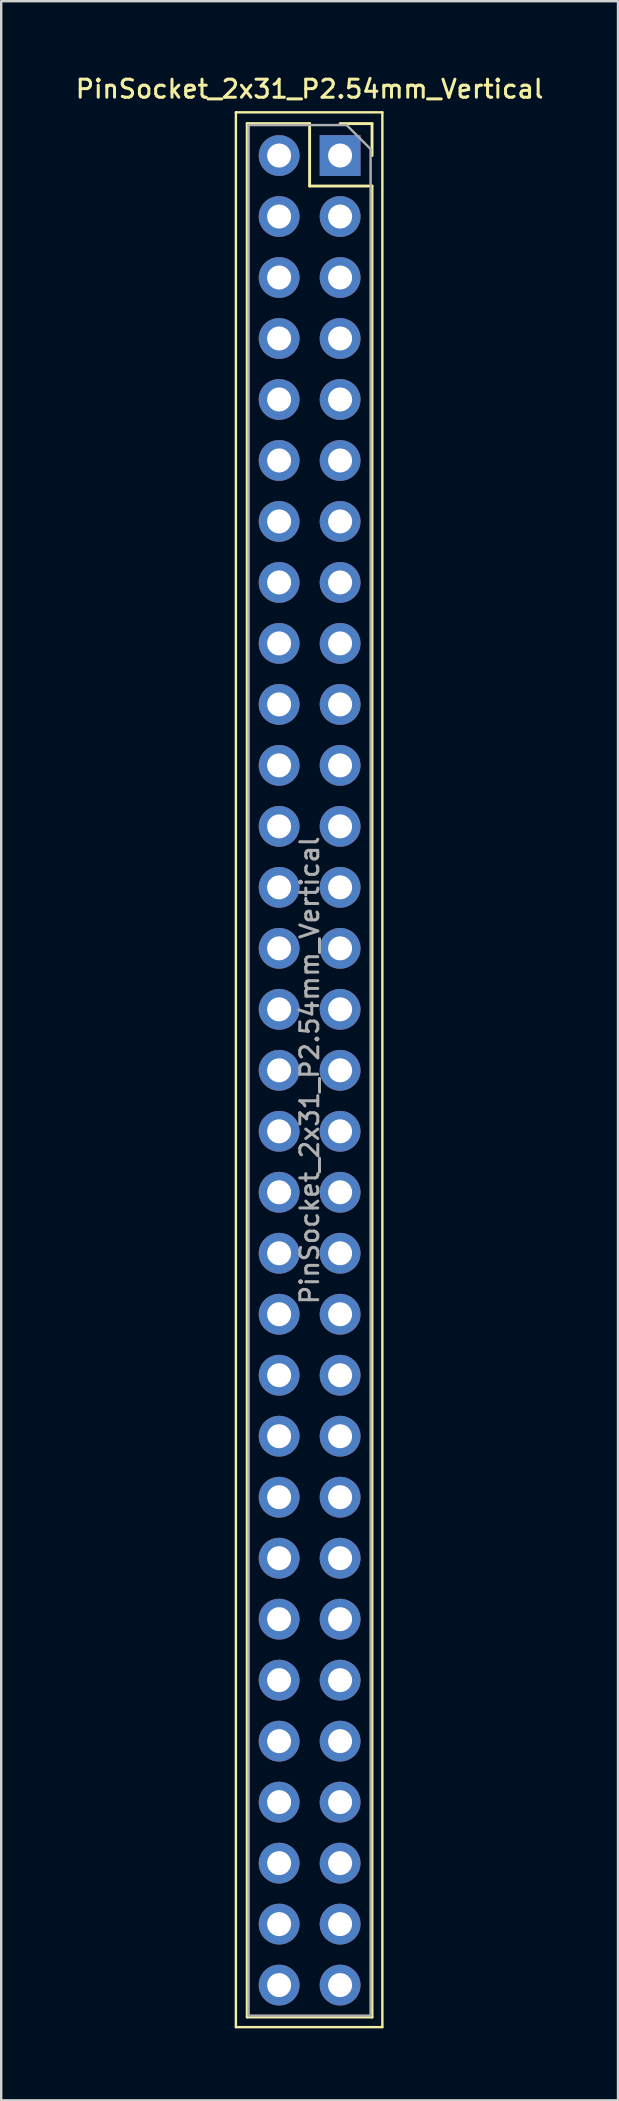
<source format=kicad_pcb>
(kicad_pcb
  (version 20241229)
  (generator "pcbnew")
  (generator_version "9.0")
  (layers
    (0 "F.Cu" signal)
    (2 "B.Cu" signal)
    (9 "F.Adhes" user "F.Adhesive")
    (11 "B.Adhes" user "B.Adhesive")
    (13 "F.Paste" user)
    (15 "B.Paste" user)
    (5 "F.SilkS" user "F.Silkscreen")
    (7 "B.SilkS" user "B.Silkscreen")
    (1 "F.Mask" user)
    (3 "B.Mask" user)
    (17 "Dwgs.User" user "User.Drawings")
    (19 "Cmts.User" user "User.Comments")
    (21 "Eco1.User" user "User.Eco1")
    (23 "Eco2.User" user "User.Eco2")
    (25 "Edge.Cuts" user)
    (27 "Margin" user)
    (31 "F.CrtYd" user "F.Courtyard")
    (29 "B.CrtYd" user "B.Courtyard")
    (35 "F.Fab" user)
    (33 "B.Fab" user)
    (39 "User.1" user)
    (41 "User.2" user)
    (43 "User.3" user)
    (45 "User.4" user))
  (footprint "PinSocket_2x31_P2.54mm_Vertical"
    (layer "F.Cu")
    (at 11.115 3.428)
    (property "Reference" "PinSocket_2x31_P2.54mm_Vertical" (at -1.27 -2.77 0) (layer "F.SilkS") (effects (font (size 0.75 0.75) (thickness 0.125))))
    (attr through_hole)
    (fp_line (start -4.34 -1.8) (end 1.76 -1.8) (stroke (width 0.1) (type solid)) (layer "F.SilkS"))
    (fp_line (start -4.34 77.95) (end -4.34 -1.8) (stroke (width 0.1) (type solid)) (layer "F.SilkS"))
    (fp_line (start -3.87 -1.33) (end -3.87 77.53) (stroke (width 0.12) (type solid)) (layer "F.SilkS"))
    (fp_line (start -3.87 -1.33) (end -1.27 -1.33) (stroke (width 0.12) (type solid)) (layer "F.SilkS"))
    (fp_line (start -3.87 77.53) (end 1.33 77.53) (stroke (width 0.12) (type solid)) (layer "F.SilkS"))
    (fp_line (start -1.27 -1.33) (end -1.27 1.27) (stroke (width 0.12) (type solid)) (layer "F.SilkS"))
    (fp_line (start -1.27 1.27) (end 1.33 1.27) (stroke (width 0.12) (type solid)) (layer "F.SilkS"))
    (fp_line (start 0 -1.33) (end 1.33 -1.33) (stroke (width 0.12) (type solid)) (layer "F.SilkS"))
    (fp_line (start 1.33 -1.33) (end 1.33 0) (stroke (width 0.12) (type solid)) (layer "F.SilkS"))
    (fp_line (start 1.33 1.27) (end 1.33 77.53) (stroke (width 0.12) (type solid)) (layer "F.SilkS"))
    (fp_line (start 1.76 -1.8) (end 1.76 77.95) (stroke (width 0.1) (type solid)) (layer "F.SilkS"))
    (fp_line (start 1.76 77.95) (end -4.34 77.95) (stroke (width 0.1) (type solid)) (layer "F.SilkS"))
    (fp_line (start -3.81 -1.27) (end 0.27 -1.27) (stroke (width 0.1) (type solid)) (layer "F.Fab"))
    (fp_line (start -3.81 77.47) (end -3.81 -1.27) (stroke (width 0.1) (type solid)) (layer "F.Fab"))
    (fp_line (start 0.27 -1.27) (end 1.27 -0.27) (stroke (width 0.1) (type solid)) (layer "F.Fab"))
    (fp_line (start 1.27 -0.27) (end 1.27 77.47) (stroke (width 0.1) (type solid)) (layer "F.Fab"))
    (fp_line (start 1.27 77.47) (end -3.81 77.47) (stroke (width 0.1) (type solid)) (layer "F.Fab"))
    (fp_text user "${REFERENCE}" (at -1.27 38.1 90) (layer "F.Fab") (effects (font (size 0.75 0.75) (thickness 0.125))))
    (pad "1" thru_hole rect (at 0 0) (size 1.7 1.7) (drill 1) (layers "*.Cu" "*.Mask"))
    (pad "2" thru_hole oval (at -2.54 0) (size 1.7 1.7) (drill 1) (layers "*.Cu" "*.Mask"))
    (pad "3" thru_hole oval (at 0 2.54) (size 1.7 1.7) (drill 1) (layers "*.Cu" "*.Mask"))
    (pad "4" thru_hole oval (at -2.54 2.54) (size 1.7 1.7) (drill 1) (layers "*.Cu" "*.Mask"))
    (pad "5" thru_hole oval (at 0 5.08) (size 1.7 1.7) (drill 1) (layers "*.Cu" "*.Mask"))
    (pad "6" thru_hole oval (at -2.54 5.08) (size 1.7 1.7) (drill 1) (layers "*.Cu" "*.Mask"))
    (pad "7" thru_hole oval (at 0 7.62) (size 1.7 1.7) (drill 1) (layers "*.Cu" "*.Mask"))
    (pad "8" thru_hole oval (at -2.54 7.62) (size 1.7 1.7) (drill 1) (layers "*.Cu" "*.Mask"))
    (pad "9" thru_hole oval (at 0 10.16) (size 1.7 1.7) (drill 1) (layers "*.Cu" "*.Mask"))
    (pad "10" thru_hole oval (at -2.54 10.16) (size 1.7 1.7) (drill 1) (layers "*.Cu" "*.Mask"))
    (pad "11" thru_hole oval (at 0 12.7) (size 1.7 1.7) (drill 1) (layers "*.Cu" "*.Mask"))
    (pad "12" thru_hole oval (at -2.54 12.7) (size 1.7 1.7) (drill 1) (layers "*.Cu" "*.Mask"))
    (pad "13" thru_hole oval (at 0 15.24) (size 1.7 1.7) (drill 1) (layers "*.Cu" "*.Mask"))
    (pad "14" thru_hole oval (at -2.54 15.24) (size 1.7 1.7) (drill 1) (layers "*.Cu" "*.Mask"))
    (pad "15" thru_hole oval (at 0 17.78) (size 1.7 1.7) (drill 1) (layers "*.Cu" "*.Mask"))
    (pad "16" thru_hole oval (at -2.54 17.78) (size 1.7 1.7) (drill 1) (layers "*.Cu" "*.Mask"))
    (pad "17" thru_hole oval (at 0 20.32) (size 1.7 1.7) (drill 1) (layers "*.Cu" "*.Mask"))
    (pad "18" thru_hole oval (at -2.54 20.32) (size 1.7 1.7) (drill 1) (layers "*.Cu" "*.Mask"))
    (pad "19" thru_hole oval (at 0 22.86) (size 1.7 1.7) (drill 1) (layers "*.Cu" "*.Mask"))
    (pad "20" thru_hole oval (at -2.54 22.86) (size 1.7 1.7) (drill 1) (layers "*.Cu" "*.Mask"))
    (pad "21" thru_hole oval (at 0 25.4) (size 1.7 1.7) (drill 1) (layers "*.Cu" "*.Mask"))
    (pad "22" thru_hole oval (at -2.54 25.4) (size 1.7 1.7) (drill 1) (layers "*.Cu" "*.Mask"))
    (pad "23" thru_hole oval (at 0 27.94) (size 1.7 1.7) (drill 1) (layers "*.Cu" "*.Mask"))
    (pad "24" thru_hole oval (at -2.54 27.94) (size 1.7 1.7) (drill 1) (layers "*.Cu" "*.Mask"))
    (pad "25" thru_hole oval (at 0 30.48) (size 1.7 1.7) (drill 1) (layers "*.Cu" "*.Mask"))
    (pad "26" thru_hole oval (at -2.54 30.48) (size 1.7 1.7) (drill 1) (layers "*.Cu" "*.Mask"))
    (pad "27" thru_hole oval (at 0 33.02) (size 1.7 1.7) (drill 1) (layers "*.Cu" "*.Mask"))
    (pad "28" thru_hole oval (at -2.54 33.02) (size 1.7 1.7) (drill 1) (layers "*.Cu" "*.Mask"))
    (pad "29" thru_hole oval (at 0 35.56) (size 1.7 1.7) (drill 1) (layers "*.Cu" "*.Mask"))
    (pad "30" thru_hole oval (at -2.54 35.56) (size 1.7 1.7) (drill 1) (layers "*.Cu" "*.Mask"))
    (pad "31" thru_hole oval (at 0 38.1) (size 1.7 1.7) (drill 1) (layers "*.Cu" "*.Mask"))
    (pad "32" thru_hole oval (at -2.54 38.1) (size 1.7 1.7) (drill 1) (layers "*.Cu" "*.Mask"))
    (pad "33" thru_hole oval (at 0 40.64) (size 1.7 1.7) (drill 1) (layers "*.Cu" "*.Mask"))
    (pad "34" thru_hole oval (at -2.54 40.64) (size 1.7 1.7) (drill 1) (layers "*.Cu" "*.Mask"))
    (pad "35" thru_hole oval (at 0 43.18) (size 1.7 1.7) (drill 1) (layers "*.Cu" "*.Mask"))
    (pad "36" thru_hole oval (at -2.54 43.18) (size 1.7 1.7) (drill 1) (layers "*.Cu" "*.Mask"))
    (pad "37" thru_hole oval (at 0 45.72) (size 1.7 1.7) (drill 1) (layers "*.Cu" "*.Mask"))
    (pad "38" thru_hole oval (at -2.54 45.72) (size 1.7 1.7) (drill 1) (layers "*.Cu" "*.Mask"))
    (pad "39" thru_hole oval (at 0 48.26) (size 1.7 1.7) (drill 1) (layers "*.Cu" "*.Mask"))
    (pad "40" thru_hole oval (at -2.54 48.26) (size 1.7 1.7) (drill 1) (layers "*.Cu" "*.Mask"))
    (pad "41" thru_hole oval (at 0 50.8) (size 1.7 1.7) (drill 1) (layers "*.Cu" "*.Mask"))
    (pad "42" thru_hole oval (at -2.54 50.8) (size 1.7 1.7) (drill 1) (layers "*.Cu" "*.Mask"))
    (pad "43" thru_hole oval (at 0 53.34) (size 1.7 1.7) (drill 1) (layers "*.Cu" "*.Mask"))
    (pad "44" thru_hole oval (at -2.54 53.34) (size 1.7 1.7) (drill 1) (layers "*.Cu" "*.Mask"))
    (pad "45" thru_hole oval (at 0 55.88) (size 1.7 1.7) (drill 1) (layers "*.Cu" "*.Mask"))
    (pad "46" thru_hole oval (at -2.54 55.88) (size 1.7 1.7) (drill 1) (layers "*.Cu" "*.Mask"))
    (pad "47" thru_hole oval (at 0 58.42) (size 1.7 1.7) (drill 1) (layers "*.Cu" "*.Mask"))
    (pad "48" thru_hole oval (at -2.54 58.42) (size 1.7 1.7) (drill 1) (layers "*.Cu" "*.Mask"))
    (pad "49" thru_hole oval (at 0 60.96) (size 1.7 1.7) (drill 1) (layers "*.Cu" "*.Mask"))
    (pad "50" thru_hole oval (at -2.54 60.96) (size 1.7 1.7) (drill 1) (layers "*.Cu" "*.Mask"))
    (pad "51" thru_hole oval (at 0 63.5) (size 1.7 1.7) (drill 1) (layers "*.Cu" "*.Mask"))
    (pad "52" thru_hole oval (at -2.54 63.5) (size 1.7 1.7) (drill 1) (layers "*.Cu" "*.Mask"))
    (pad "53" thru_hole oval (at 0 66.04) (size 1.7 1.7) (drill 1) (layers "*.Cu" "*.Mask"))
    (pad "54" thru_hole oval (at -2.54 66.04) (size 1.7 1.7) (drill 1) (layers "*.Cu" "*.Mask"))
    (pad "55" thru_hole oval (at 0 68.58) (size 1.7 1.7) (drill 1) (layers "*.Cu" "*.Mask"))
    (pad "56" thru_hole oval (at -2.54 68.58) (size 1.7 1.7) (drill 1) (layers "*.Cu" "*.Mask"))
    (pad "57" thru_hole oval (at 0 71.12) (size 1.7 1.7) (drill 1) (layers "*.Cu" "*.Mask"))
    (pad "58" thru_hole oval (at -2.54 71.12) (size 1.7 1.7) (drill 1) (layers "*.Cu" "*.Mask"))
    (pad "59" thru_hole oval (at 0 73.66) (size 1.7 1.7) (drill 1) (layers "*.Cu" "*.Mask"))
    (pad "60" thru_hole oval (at -2.54 73.66) (size 1.7 1.7) (drill 1) (layers "*.Cu" "*.Mask"))
    (pad "61" thru_hole oval (at 0 76.2) (size 1.7 1.7) (drill 1) (layers "*.Cu" "*.Mask"))
    (pad "62" thru_hole oval (at -2.54 76.2) (size 1.7 1.7) (drill 1) (layers "*.Cu" "*.Mask")))
  (gr_rect
    (start -3 -3)
    (end 22.689 84.428)
    (stroke (width 0.1) (type default))
    (fill no)
    (layer "Edge.Cuts")))
</source>
